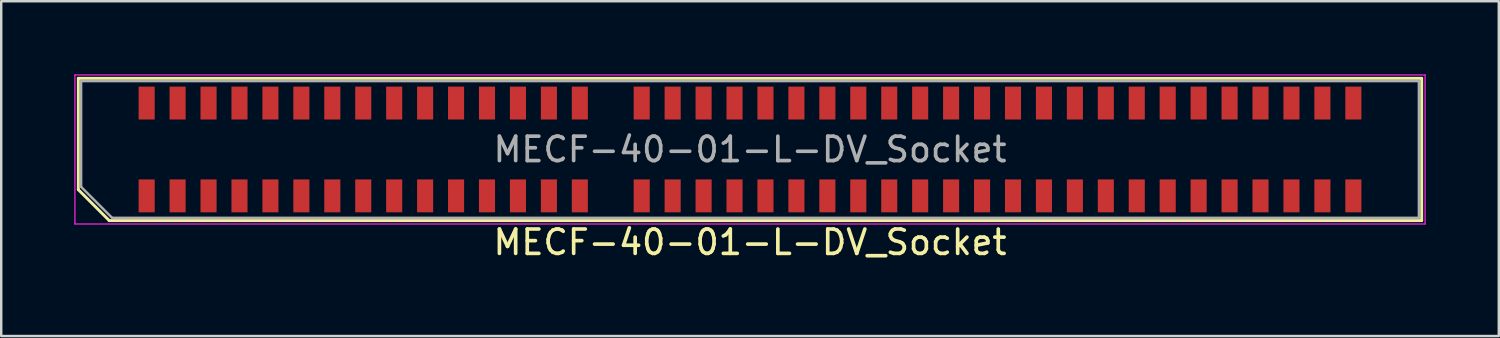
<source format=kicad_pcb>
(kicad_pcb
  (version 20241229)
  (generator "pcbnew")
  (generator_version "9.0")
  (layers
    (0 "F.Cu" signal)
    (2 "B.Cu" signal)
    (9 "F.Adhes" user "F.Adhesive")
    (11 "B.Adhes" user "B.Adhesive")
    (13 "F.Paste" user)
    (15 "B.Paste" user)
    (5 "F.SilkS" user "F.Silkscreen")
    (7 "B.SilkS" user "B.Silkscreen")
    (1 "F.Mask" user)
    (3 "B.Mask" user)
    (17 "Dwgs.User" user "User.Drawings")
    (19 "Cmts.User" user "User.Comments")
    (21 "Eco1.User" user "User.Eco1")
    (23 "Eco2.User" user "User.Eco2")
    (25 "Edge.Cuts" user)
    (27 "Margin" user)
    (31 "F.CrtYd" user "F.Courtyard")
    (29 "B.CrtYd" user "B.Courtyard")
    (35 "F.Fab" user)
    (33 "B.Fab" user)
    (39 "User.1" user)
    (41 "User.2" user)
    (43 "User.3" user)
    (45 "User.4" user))
  (footprint "MECF-40-01-L-DV_Socket"
    (layer "F.Cu")
    (at 27.735 3.085)
    (property "Reference" "MECF-40-01-L-DV_Socket" (at 0 3.81 0) (layer "F.SilkS") (effects (font (size 1 1) (thickness 0.15))))
    (attr smd)
    (fp_line (start -27.57 -2.92) (end 27.57 -2.92) (stroke (width 0.12) (type solid)) (layer "F.SilkS"))
    (fp_line (start -27.57 1.65) (end -27.57 -2.92) (stroke (width 0.12) (type solid)) (layer "F.SilkS"))
    (fp_line (start -26.3 2.92) (end -27.57 1.65) (stroke (width 0.12) (type solid)) (layer "F.SilkS"))
    (fp_line (start -26.3 2.92) (end 27.57 2.92) (stroke (width 0.12) (type solid)) (layer "F.SilkS"))
    (fp_line (start 27.57 2.92) (end 27.57 -2.92) (stroke (width 0.12) (type solid)) (layer "F.SilkS"))
    (fp_line (start -27.71 -3.06) (end -27.71 3.06) (stroke (width 0.05) (type solid)) (layer "F.CrtYd"))
    (fp_line (start -27.71 3.06) (end 27.71 3.06) (stroke (width 0.05) (type solid)) (layer "F.CrtYd"))
    (fp_line (start 27.71 -3.06) (end -27.71 -3.06) (stroke (width 0.05) (type solid)) (layer "F.CrtYd"))
    (fp_line (start 27.71 3.06) (end 27.71 -3.06) (stroke (width 0.05) (type solid)) (layer "F.CrtYd"))
    (fp_line (start -27.455 -2.805) (end 27.455 -2.805) (stroke (width 0.1) (type solid)) (layer "F.Fab"))
    (fp_line (start -27.455 1.535) (end -27.455 -2.805) (stroke (width 0.1) (type solid)) (layer "F.Fab"))
    (fp_line (start -27.455 1.535) (end -26.185 2.805) (stroke (width 0.1) (type solid)) (layer "F.Fab"))
    (fp_line (start -26.185 2.805) (end 27.455 2.805) (stroke (width 0.1) (type solid)) (layer "F.Fab"))
    (fp_line (start 27.455 2.805) (end 27.455 -2.805) (stroke (width 0.1) (type solid)) (layer "F.Fab"))
    (fp_text user "${REFERENCE}" (at 0 0 0) (layer "F.Fab") (effects (font (size 1 1) (thickness 0.15))))
    (pad "" np_thru_hole circle (at -26.545 0) (size 0.001 0.001) (drill 1.45) (layers "*.Cu" "*.Mask"))
    (pad "" np_thru_hole circle (at 26.545 1) (size 0.001 0.001) (drill 1.45) (layers "*.Cu" "*.Mask"))
    (pad "1" smd rect (at -24.765 1.905) (size 0.66 1.35) (layers "F.Cu" "F.Mask" "F.Paste"))
    (pad "2" smd rect (at -24.765 -1.905) (size 0.66 1.35) (layers "F.Cu" "F.Mask" "F.Paste"))
    (pad "3" smd rect (at -23.495 1.905) (size 0.66 1.35) (layers "F.Cu" "F.Mask" "F.Paste"))
    (pad "4" smd rect (at -23.495 -1.905) (size 0.66 1.35) (layers "F.Cu" "F.Mask" "F.Paste"))
    (pad "5" smd rect (at -22.225 1.905) (size 0.66 1.35) (layers "F.Cu" "F.Mask" "F.Paste"))
    (pad "6" smd rect (at -22.225 -1.905) (size 0.66 1.35) (layers "F.Cu" "F.Mask" "F.Paste"))
    (pad "7" smd rect (at -20.955 1.905) (size 0.66 1.35) (layers "F.Cu" "F.Mask" "F.Paste"))
    (pad "8" smd rect (at -20.955 -1.905) (size 0.66 1.35) (layers "F.Cu" "F.Mask" "F.Paste"))
    (pad "9" smd rect (at -19.685 1.905) (size 0.66 1.35) (layers "F.Cu" "F.Mask" "F.Paste"))
    (pad "10" smd rect (at -19.685 -1.905) (size 0.66 1.35) (layers "F.Cu" "F.Mask" "F.Paste"))
    (pad "11" smd rect (at -18.415 1.905) (size 0.66 1.35) (layers "F.Cu" "F.Mask" "F.Paste"))
    (pad "12" smd rect (at -18.415 -1.905) (size 0.66 1.35) (layers "F.Cu" "F.Mask" "F.Paste"))
    (pad "13" smd rect (at -17.145 1.905) (size 0.66 1.35) (layers "F.Cu" "F.Mask" "F.Paste"))
    (pad "14" smd rect (at -17.145 -1.905) (size 0.66 1.35) (layers "F.Cu" "F.Mask" "F.Paste"))
    (pad "15" smd rect (at -15.875 1.905) (size 0.66 1.35) (layers "F.Cu" "F.Mask" "F.Paste"))
    (pad "16" smd rect (at -15.875 -1.905) (size 0.66 1.35) (layers "F.Cu" "F.Mask" "F.Paste"))
    (pad "17" smd rect (at -14.605 1.905) (size 0.66 1.35) (layers "F.Cu" "F.Mask" "F.Paste"))
    (pad "18" smd rect (at -14.605 -1.905) (size 0.66 1.35) (layers "F.Cu" "F.Mask" "F.Paste"))
    (pad "19" smd rect (at -13.335 1.905) (size 0.66 1.35) (layers "F.Cu" "F.Mask" "F.Paste"))
    (pad "20" smd rect (at -13.335 -1.905) (size 0.66 1.35) (layers "F.Cu" "F.Mask" "F.Paste"))
    (pad "21" smd rect (at -12.065 1.905) (size 0.66 1.35) (layers "F.Cu" "F.Mask" "F.Paste"))
    (pad "22" smd rect (at -12.065 -1.905) (size 0.66 1.35) (layers "F.Cu" "F.Mask" "F.Paste"))
    (pad "23" smd rect (at -10.795 1.905) (size 0.66 1.35) (layers "F.Cu" "F.Mask" "F.Paste"))
    (pad "24" smd rect (at -10.795 -1.905) (size 0.66 1.35) (layers "F.Cu" "F.Mask" "F.Paste"))
    (pad "25" smd rect (at -9.525 1.905) (size 0.66 1.35) (layers "F.Cu" "F.Mask" "F.Paste"))
    (pad "26" smd rect (at -9.525 -1.905) (size 0.66 1.35) (layers "F.Cu" "F.Mask" "F.Paste"))
    (pad "27" smd rect (at -8.255 1.905) (size 0.66 1.35) (layers "F.Cu" "F.Mask" "F.Paste"))
    (pad "28" smd rect (at -8.255 -1.905) (size 0.66 1.35) (layers "F.Cu" "F.Mask" "F.Paste"))
    (pad "29" smd rect (at -6.985 1.905) (size 0.66 1.35) (layers "F.Cu" "F.Mask" "F.Paste"))
    (pad "30" smd rect (at -6.985 -1.905) (size 0.66 1.35) (layers "F.Cu" "F.Mask" "F.Paste"))
    (pad "33" smd rect (at -4.445 1.905) (size 0.66 1.35) (layers "F.Cu" "F.Mask" "F.Paste"))
    (pad "34" smd rect (at -4.445 -1.905) (size 0.66 1.35) (layers "F.Cu" "F.Mask" "F.Paste"))
    (pad "35" smd rect (at -3.175 1.905) (size 0.66 1.35) (layers "F.Cu" "F.Mask" "F.Paste"))
    (pad "36" smd rect (at -3.175 -1.905) (size 0.66 1.35) (layers "F.Cu" "F.Mask" "F.Paste"))
    (pad "37" smd rect (at -1.905 1.905) (size 0.66 1.35) (layers "F.Cu" "F.Mask" "F.Paste"))
    (pad "38" smd rect (at -1.905 -1.905) (size 0.66 1.35) (layers "F.Cu" "F.Mask" "F.Paste"))
    (pad "39" smd rect (at -0.635 1.905) (size 0.66 1.35) (layers "F.Cu" "F.Mask" "F.Paste"))
    (pad "40" smd rect (at -0.635 -1.905) (size 0.66 1.35) (layers "F.Cu" "F.Mask" "F.Paste"))
    (pad "41" smd rect (at 0.635 1.905) (size 0.66 1.35) (layers "F.Cu" "F.Mask" "F.Paste"))
    (pad "42" smd rect (at 0.635 -1.905) (size 0.66 1.35) (layers "F.Cu" "F.Mask" "F.Paste"))
    (pad "43" smd rect (at 1.905 1.905) (size 0.66 1.35) (layers "F.Cu" "F.Mask" "F.Paste"))
    (pad "44" smd rect (at 1.905 -1.905) (size 0.66 1.35) (layers "F.Cu" "F.Mask" "F.Paste"))
    (pad "45" smd rect (at 3.175 1.905) (size 0.66 1.35) (layers "F.Cu" "F.Mask" "F.Paste"))
    (pad "46" smd rect (at 3.175 -1.905) (size 0.66 1.35) (layers "F.Cu" "F.Mask" "F.Paste"))
    (pad "47" smd rect (at 4.445 1.905) (size 0.66 1.35) (layers "F.Cu" "F.Mask" "F.Paste"))
    (pad "48" smd rect (at 4.445 -1.905) (size 0.66 1.35) (layers "F.Cu" "F.Mask" "F.Paste"))
    (pad "49" smd rect (at 5.715 1.905) (size 0.66 1.35) (layers "F.Cu" "F.Mask" "F.Paste"))
    (pad "50" smd rect (at 5.715 -1.905) (size 0.66 1.35) (layers "F.Cu" "F.Mask" "F.Paste"))
    (pad "51" smd rect (at 6.985 1.905) (size 0.66 1.35) (layers "F.Cu" "F.Mask" "F.Paste"))
    (pad "52" smd rect (at 6.985 -1.905) (size 0.66 1.35) (layers "F.Cu" "F.Mask" "F.Paste"))
    (pad "53" smd rect (at 8.255 1.905) (size 0.66 1.35) (layers "F.Cu" "F.Mask" "F.Paste"))
    (pad "54" smd rect (at 8.255 -1.905) (size 0.66 1.35) (layers "F.Cu" "F.Mask" "F.Paste"))
    (pad "55" smd rect (at 9.525 1.905) (size 0.66 1.35) (layers "F.Cu" "F.Mask" "F.Paste"))
    (pad "56" smd rect (at 9.525 -1.905) (size 0.66 1.35) (layers "F.Cu" "F.Mask" "F.Paste"))
    (pad "57" smd rect (at 10.795 1.905) (size 0.66 1.35) (layers "F.Cu" "F.Mask" "F.Paste"))
    (pad "58" smd rect (at 10.795 -1.905) (size 0.66 1.35) (layers "F.Cu" "F.Mask" "F.Paste"))
    (pad "59" smd rect (at 12.065 1.905) (size 0.66 1.35) (layers "F.Cu" "F.Mask" "F.Paste"))
    (pad "60" smd rect (at 12.065 -1.905) (size 0.66 1.35) (layers "F.Cu" "F.Mask" "F.Paste"))
    (pad "61" smd rect (at 13.335 1.905) (size 0.66 1.35) (layers "F.Cu" "F.Mask" "F.Paste"))
    (pad "62" smd rect (at 13.335 -1.905) (size 0.66 1.35) (layers "F.Cu" "F.Mask" "F.Paste"))
    (pad "63" smd rect (at 14.605 1.905) (size 0.66 1.35) (layers "F.Cu" "F.Mask" "F.Paste"))
    (pad "64" smd rect (at 14.605 -1.905) (size 0.66 1.35) (layers "F.Cu" "F.Mask" "F.Paste"))
    (pad "65" smd rect (at 15.875 1.905) (size 0.66 1.35) (layers "F.Cu" "F.Mask" "F.Paste"))
    (pad "66" smd rect (at 15.875 -1.905) (size 0.66 1.35) (layers "F.Cu" "F.Mask" "F.Paste"))
    (pad "67" smd rect (at 17.145 1.905) (size 0.66 1.35) (layers "F.Cu" "F.Mask" "F.Paste"))
    (pad "68" smd rect (at 17.145 -1.905) (size 0.66 1.35) (layers "F.Cu" "F.Mask" "F.Paste"))
    (pad "69" smd rect (at 18.415 1.905) (size 0.66 1.35) (layers "F.Cu" "F.Mask" "F.Paste"))
    (pad "70" smd rect (at 18.415 -1.905) (size 0.66 1.35) (layers "F.Cu" "F.Mask" "F.Paste"))
    (pad "71" smd rect (at 19.685 1.905) (size 0.66 1.35) (layers "F.Cu" "F.Mask" "F.Paste"))
    (pad "72" smd rect (at 19.685 -1.905) (size 0.66 1.35) (layers "F.Cu" "F.Mask" "F.Paste"))
    (pad "73" smd rect (at 20.955 1.905) (size 0.66 1.35) (layers "F.Cu" "F.Mask" "F.Paste"))
    (pad "74" smd rect (at 20.955 -1.905) (size 0.66 1.35) (layers "F.Cu" "F.Mask" "F.Paste"))
    (pad "75" smd rect (at 22.225 1.905) (size 0.66 1.35) (layers "F.Cu" "F.Mask" "F.Paste"))
    (pad "76" smd rect (at 22.225 -1.905) (size 0.66 1.35) (layers "F.Cu" "F.Mask" "F.Paste"))
    (pad "77" smd rect (at 23.495 1.905) (size 0.66 1.35) (layers "F.Cu" "F.Mask" "F.Paste"))
    (pad "78" smd rect (at 23.495 -1.905) (size 0.66 1.35) (layers "F.Cu" "F.Mask" "F.Paste"))
    (pad "79" smd rect (at 24.765 1.905) (size 0.66 1.35) (layers "F.Cu" "F.Mask" "F.Paste"))
    (pad "80" smd rect (at 24.765 -1.905) (size 0.66 1.35) (layers "F.Cu" "F.Mask" "F.Paste")))
  (gr_rect
    (start -3 -3)
    (end 58.47 10.743)
    (stroke (width 0.1) (type default))
    (fill no)
    (layer "Edge.Cuts")))
</source>
